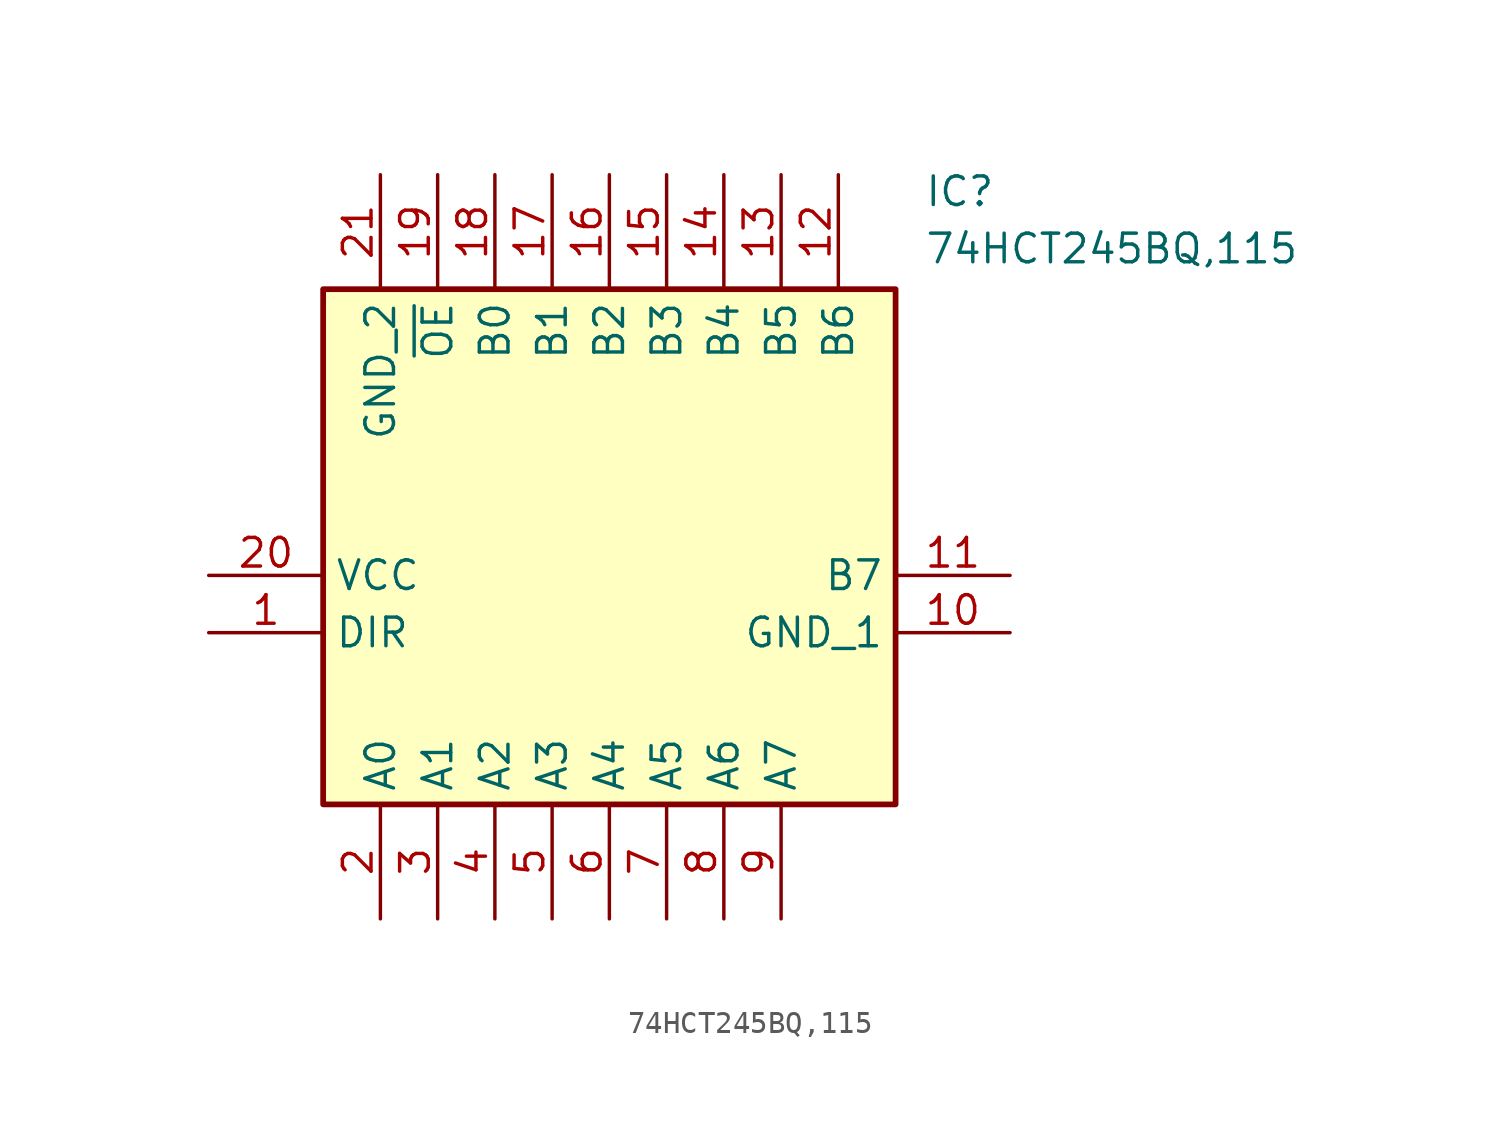
<source format=kicad_sym>
(kicad_symbol_lib
  (version 20211014)
  (generator SamacSys_ECAD_Model)
  (symbol "74HCT245BQ,115"
    (property "Reference" "IC"
      (at 31.75 17.78 0)
      (effects (font (size 1.27 1.27)) (justify left top)))
    (property "Value" "74HCT245BQ,115"
      (at 31.75 15.24 0)
      (effects (font (size 1.27 1.27)) (justify left top)))
    (rectangle
      (start 5.08 12.7)
      (end 30.48 -10.16)
      (stroke (width 0.254) (type default))
      (fill (type background)))
    (pin passive line
      (at 0 -2.54 0)
      (length 5.08)
      (name "DIR" (effects (font (size 1.27 1.27))))
      (number "1" (effects (font (size 1.27 1.27)))))
    (pin passive line
      (at 7.62 -15.24 90)
      (length 5.08)
      (name "A0" (effects (font (size 1.27 1.27))))
      (number "2" (effects (font (size 1.27 1.27)))))
    (pin passive line
      (at 10.16 -15.24 90)
      (length 5.08)
      (name "A1" (effects (font (size 1.27 1.27))))
      (number "3" (effects (font (size 1.27 1.27)))))
    (pin passive line
      (at 12.7 -15.24 90)
      (length 5.08)
      (name "A2" (effects (font (size 1.27 1.27))))
      (number "4" (effects (font (size 1.27 1.27)))))
    (pin passive line
      (at 15.24 -15.24 90)
      (length 5.08)
      (name "A3" (effects (font (size 1.27 1.27))))
      (number "5" (effects (font (size 1.27 1.27)))))
    (pin passive line
      (at 17.78 -15.24 90)
      (length 5.08)
      (name "A4" (effects (font (size 1.27 1.27))))
      (number "6" (effects (font (size 1.27 1.27)))))
    (pin passive line
      (at 20.32 -15.24 90)
      (length 5.08)
      (name "A5" (effects (font (size 1.27 1.27))))
      (number "7" (effects (font (size 1.27 1.27)))))
    (pin passive line
      (at 22.86 -15.24 90)
      (length 5.08)
      (name "A6" (effects (font (size 1.27 1.27))))
      (number "8" (effects (font (size 1.27 1.27)))))
    (pin passive line
      (at 25.4 -15.24 90)
      (length 5.08)
      (name "A7" (effects (font (size 1.27 1.27))))
      (number "9" (effects (font (size 1.27 1.27)))))
    (pin passive line
      (at 35.56 -2.54 180)
      (length 5.08)
      (name "GND_1" (effects (font (size 1.27 1.27))))
      (number "10" (effects (font (size 1.27 1.27)))))
    (pin passive line
      (at 35.56 0 180)
      (length 5.08)
      (name "B7" (effects (font (size 1.27 1.27))))
      (number "11" (effects (font (size 1.27 1.27)))))
    (pin passive line
      (at 27.94 17.78 270)
      (length 5.08)
      (name "B6" (effects (font (size 1.27 1.27))))
      (number "12" (effects (font (size 1.27 1.27)))))
    (pin passive line
      (at 25.4 17.78 270)
      (length 5.08)
      (name "B5" (effects (font (size 1.27 1.27))))
      (number "13" (effects (font (size 1.27 1.27)))))
    (pin passive line
      (at 22.86 17.78 270)
      (length 5.08)
      (name "B4" (effects (font (size 1.27 1.27))))
      (number "14" (effects (font (size 1.27 1.27)))))
    (pin passive line
      (at 20.32 17.78 270)
      (length 5.08)
      (name "B3" (effects (font (size 1.27 1.27))))
      (number "15" (effects (font (size 1.27 1.27)))))
    (pin passive line
      (at 17.78 17.78 270)
      (length 5.08)
      (name "B2" (effects (font (size 1.27 1.27))))
      (number "16" (effects (font (size 1.27 1.27)))))
    (pin passive line
      (at 15.24 17.78 270)
      (length 5.08)
      (name "B1" (effects (font (size 1.27 1.27))))
      (number "17" (effects (font (size 1.27 1.27)))))
    (pin passive line
      (at 12.7 17.78 270)
      (length 5.08)
      (name "B0" (effects (font (size 1.27 1.27))))
      (number "18" (effects (font (size 1.27 1.27)))))
    (pin passive line
      (at 10.16 17.78 270)
      (length 5.08)
      (name "~{OE}" (effects (font (size 1.27 1.27))))
      (number "19" (effects (font (size 1.27 1.27)))))
    (pin passive line
      (at 0 0 0)
      (length 5.08)
      (name "VCC" (effects (font (size 1.27 1.27))))
      (number "20" (effects (font (size 1.27 1.27)))))
    (pin passive line
      (at 7.62 17.78 270)
      (length 5.08)
      (name "GND_2" (effects (font (size 1.27 1.27))))
      (number "21" (effects (font (size 1.27 1.27)))))))
</source>
